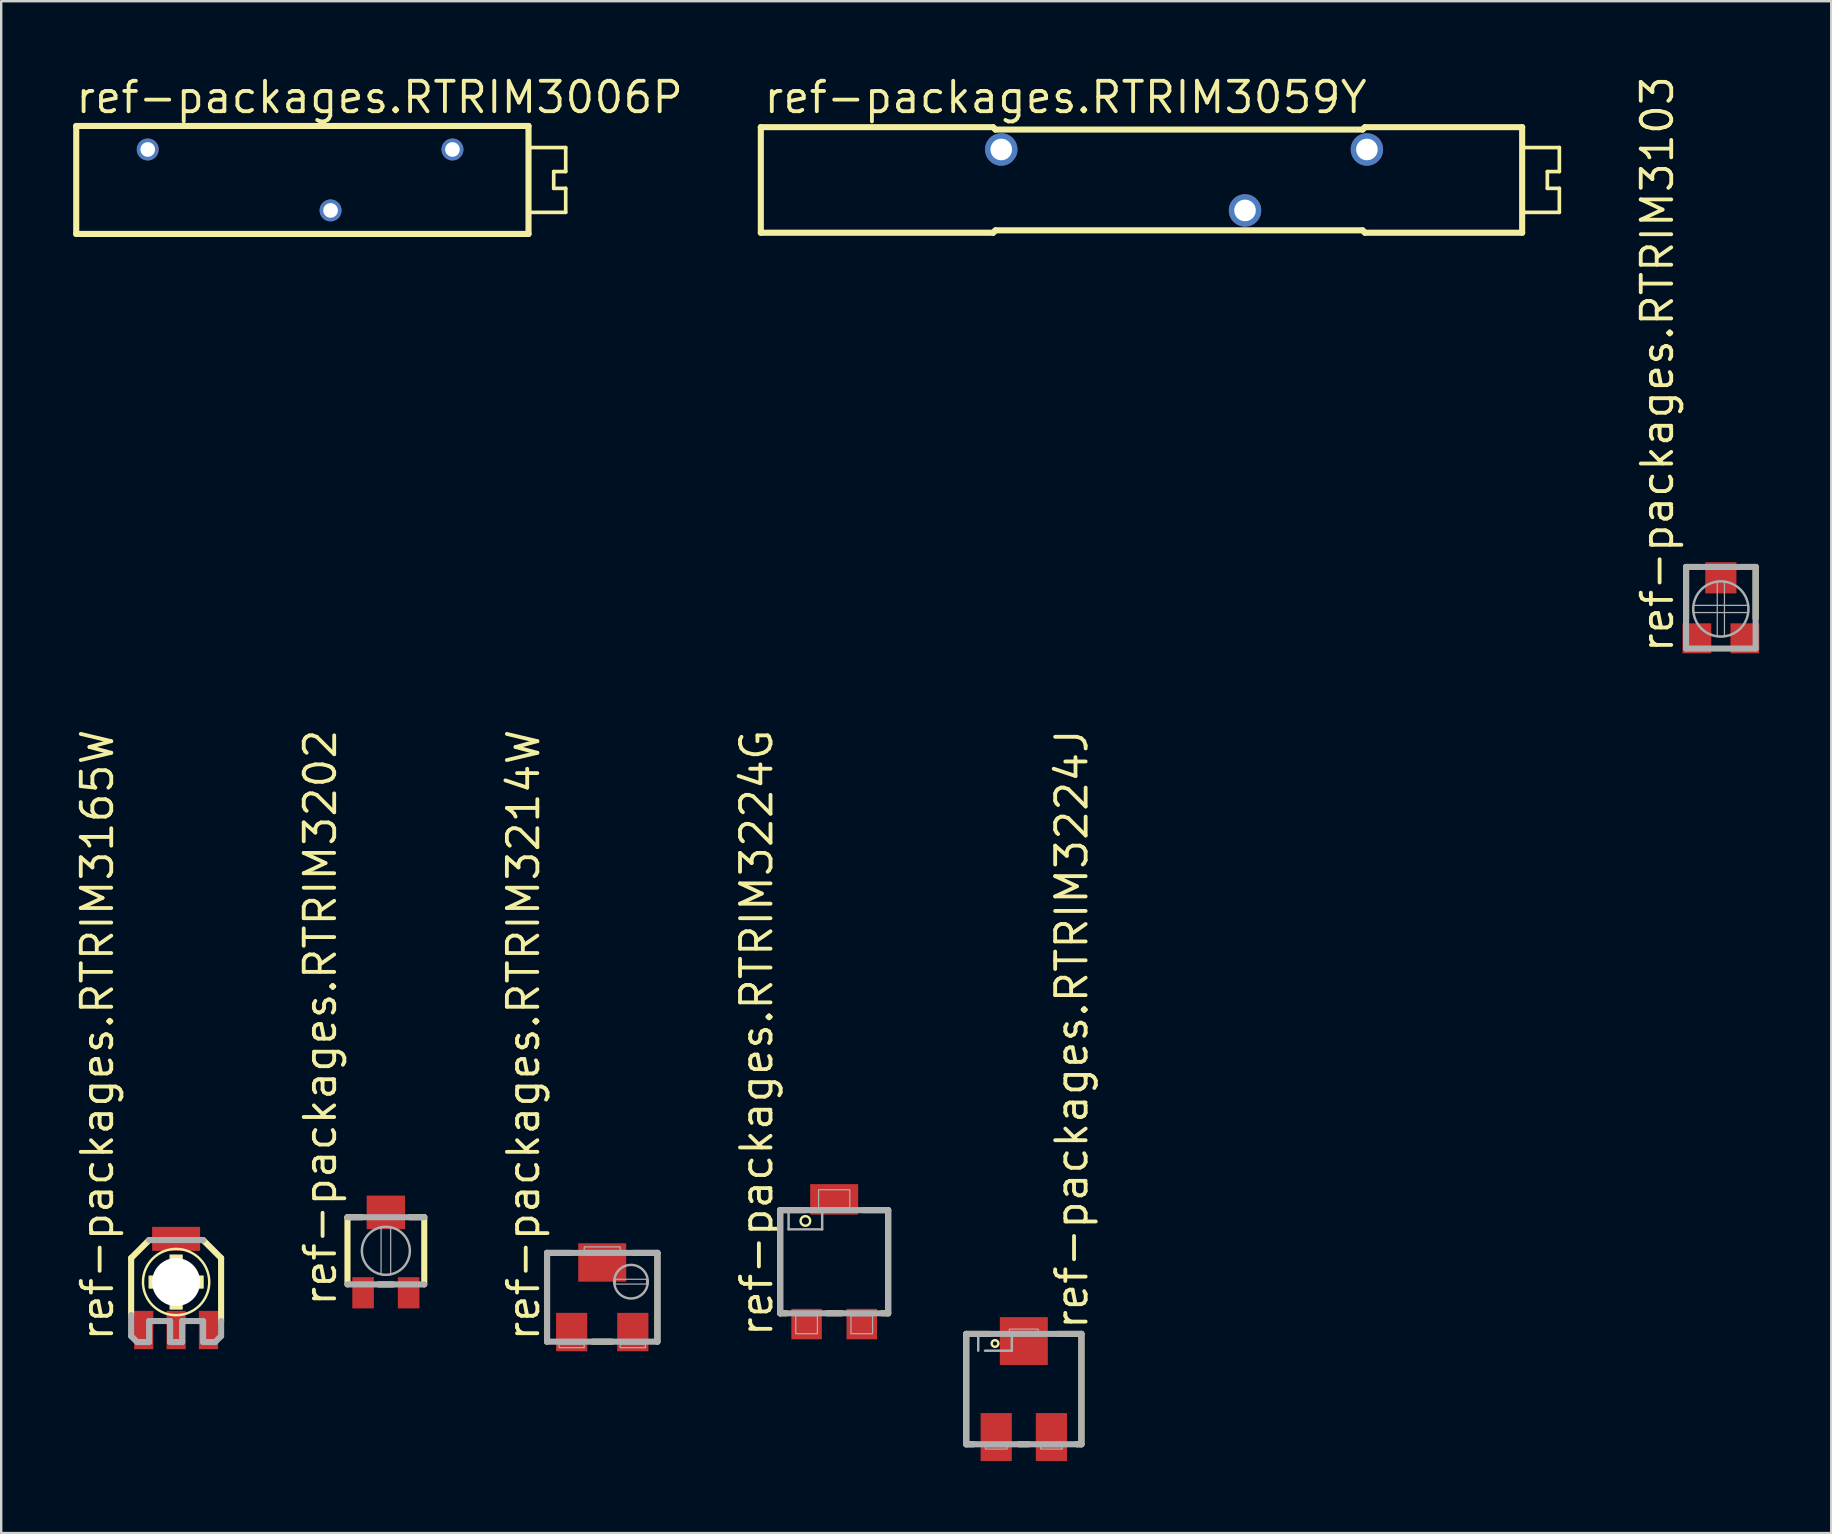
<source format=kicad_pcb>
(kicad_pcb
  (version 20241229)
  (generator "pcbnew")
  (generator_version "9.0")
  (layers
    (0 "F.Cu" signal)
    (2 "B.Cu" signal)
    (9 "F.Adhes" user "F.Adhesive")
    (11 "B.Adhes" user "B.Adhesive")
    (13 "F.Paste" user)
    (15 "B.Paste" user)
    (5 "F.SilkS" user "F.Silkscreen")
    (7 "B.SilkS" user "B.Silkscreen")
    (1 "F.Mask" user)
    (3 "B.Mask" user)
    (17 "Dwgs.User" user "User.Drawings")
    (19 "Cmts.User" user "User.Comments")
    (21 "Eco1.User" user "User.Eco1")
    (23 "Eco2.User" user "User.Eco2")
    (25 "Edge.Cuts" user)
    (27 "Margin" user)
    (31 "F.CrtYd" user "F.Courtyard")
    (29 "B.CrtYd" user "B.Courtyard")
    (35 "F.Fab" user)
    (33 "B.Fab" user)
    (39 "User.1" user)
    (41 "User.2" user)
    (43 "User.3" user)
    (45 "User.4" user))
  (footprint "ref-packages.RTRIM3214W"
    (layer "F.Cu")
    (at 22.049 51.017)
    (property "Reference" "ref-packages.RTRIM3214W" (at -2.54 1.905 90) (layer "F.SilkS") (effects (font (size 1.27 1.27) (thickness 0.16)) (justify left bottom)))
    (attr smd)
    (fp_line (start -2.3 -1.85) (end -1.3 -1.85) (stroke (width 0.254) (type default)) (layer "F.SilkS"))
    (fp_line (start -2.3 1.85) (end -2.3 -1.85) (stroke (width 0.254) (type default)) (layer "F.SilkS"))
    (fp_line (start -0.4 1.85) (end 0.4 1.85) (stroke (width 0.254) (type default)) (layer "F.SilkS"))
    (fp_line (start 2.3 -1.85) (end 1.3 -1.85) (stroke (width 0.254) (type default)) (layer "F.SilkS"))
    (fp_line (start 2.3 1.85) (end 2.3 -1.85) (stroke (width 0.254) (type default)) (layer "F.SilkS"))
    (fp_line (start -2.3 -1.85) (end 2.3 -1.85) (stroke (width 0.254) (type default)) (layer "F.Fab"))
    (fp_line (start -2.3 1.85) (end -2.3 -1.85) (stroke (width 0.254) (type default)) (layer "F.Fab"))
    (fp_line (start 2.3 -1.85) (end 2.3 1.85) (stroke (width 0.254) (type default)) (layer "F.Fab"))
    (fp_line (start 2.3 1.85) (end -2.3 1.85) (stroke (width 0.254) (type default)) (layer "F.Fab"))
    (fp_rect (start -1.8 2.1) (end -0.75 1.95) (stroke (width 0.05) (type default)) (fill no) (layer "F.Fab"))
    (fp_rect (start -0.75 -1.95) (end 0.75 -2.1) (stroke (width 0.05) (type default)) (fill no) (layer "F.Fab"))
    (fp_rect (start 0.55 -0.55) (end 1.85 -0.75) (stroke (width 0.05) (type default)) (fill no) (layer "F.Fab"))
    (fp_rect (start 0.75 2.1) (end 1.8 1.95) (stroke (width 0.05) (type default)) (fill no) (layer "F.Fab"))
    (fp_circle (center 1.2 -0.65) (end 1.9 -0.65) (stroke (width 0.102) (type default)) (fill no) (layer "F.Fab"))
    (pad "1" smd roundrect (at -1.275 1.45) (size 1.3 1.6) (layers "F.Cu" "F.Mask" "F.Paste") (roundrect_rratio 0.01))
    (pad "2" smd roundrect (at 0 -1.45) (size 2 1.6) (layers "F.Cu" "F.Mask" "F.Paste") (roundrect_rratio 0.01))
    (pad "3" smd roundrect (at 1.275 1.45) (size 1.3 1.6) (layers "F.Cu" "F.Mask" "F.Paste") (roundrect_rratio 0.01)))
  (footprint "ref-packages.RTRIM3059Y"
    (layer "F.Cu")
    (at 45.029 4.45)
    (property "Reference" "ref-packages.RTRIM3059Y" (at -16.32 -2.7 0) (layer "F.SilkS") (effects (font (size 1.27 1.27) (thickness 0.16)) (justify left bottom)))
    (attr through_hole)
    (fp_line (start -16.37 -2.2) (end -16.37 2.2) (stroke (width 0.254) (type default)) (layer "F.SilkS"))
    (fp_line (start -16.37 2.2) (end -6.69 2.2) (stroke (width 0.254) (type default)) (layer "F.SilkS"))
    (fp_line (start -6.69 -2.2) (end -16.37 -2.2) (stroke (width 0.254) (type default)) (layer "F.SilkS"))
    (fp_line (start -6.59 -2.1) (end -6.69 -2.2) (stroke (width 0.254) (type default)) (layer "F.SilkS"))
    (fp_line (start -6.59 2.1) (end -6.69 2.2) (stroke (width 0.254) (type default)) (layer "F.SilkS"))
    (fp_line (start 8.71 -2.1) (end -6.59 -2.1) (stroke (width 0.254) (type default)) (layer "F.SilkS"))
    (fp_line (start 8.71 2.1) (end -6.59 2.1) (stroke (width 0.254) (type default)) (layer "F.SilkS"))
    (fp_line (start 8.71 2.1) (end 8.81 2.2) (stroke (width 0.254) (type default)) (layer "F.SilkS"))
    (fp_line (start 8.81 -2.2) (end 8.71 -2.1) (stroke (width 0.254) (type default)) (layer "F.SilkS"))
    (fp_line (start 8.81 2.2) (end 15.36 2.2) (stroke (width 0.254) (type default)) (layer "F.SilkS"))
    (fp_line (start 15.36 -2.2) (end 8.81 -2.2) (stroke (width 0.254) (type default)) (layer "F.SilkS"))
    (fp_line (start 15.36 2.2) (end 15.36 -2.2) (stroke (width 0.254) (type default)) (layer "F.SilkS"))
    (fp_line (start 15.46 -1.35) (end 16.91 -1.35) (stroke (width 0.152) (type default)) (layer "F.SilkS"))
    (fp_line (start 16.41 -0.35) (end 16.41 0.35) (stroke (width 0.152) (type default)) (layer "F.SilkS"))
    (fp_line (start 16.41 0.35) (end 16.91 0.35) (stroke (width 0.152) (type default)) (layer "F.SilkS"))
    (fp_line (start 16.91 -1.35) (end 16.91 -0.35) (stroke (width 0.152) (type default)) (layer "F.SilkS"))
    (fp_line (start 16.91 -0.35) (end 16.41 -0.35) (stroke (width 0.152) (type default)) (layer "F.SilkS"))
    (fp_line (start 16.91 0.35) (end 16.91 1.35) (stroke (width 0.152) (type default)) (layer "F.SilkS"))
    (fp_line (start 16.91 1.35) (end 15.46 1.35) (stroke (width 0.152) (type default)) (layer "F.SilkS"))
    (pad "1" thru_hole circle (at -6.35 -1.27) (size 1.35 1.35) (drill 0.9) (layers "*.Cu" "*.Mask"))
    (pad "2" thru_hole circle (at 3.81 1.27) (size 1.35 1.35) (drill 0.9) (layers "*.Cu" "*.Mask"))
    (pad "3" thru_hole circle (at 8.89 -1.27) (size 1.35 1.35) (drill 0.9) (layers "*.Cu" "*.Mask")))
  (footprint "ref-packages.RTRIM3202"
    (layer "F.Cu")
    (at 13.032 49.08)
    (property "Reference" "ref-packages.RTRIM3202" (at -1.99 2.39 90) (layer "F.SilkS") (effects (font (size 1.27 1.27) (thickness 0.16)) (justify left bottom)))
    (attr smd)
    (fp_line (start -1.6 -1.4) (end -1.6 1.4) (stroke (width 0.254) (type default)) (layer "F.SilkS"))
    (fp_line (start -1.6 -1.4) (end -1 -1.4) (stroke (width 0.254) (type default)) (layer "F.SilkS"))
    (fp_line (start -0.3 1.4) (end 0.3 1.4) (stroke (width 0.254) (type default)) (layer "F.SilkS"))
    (fp_line (start 1 -1.4) (end 1.6 -1.4) (stroke (width 0.254) (type default)) (layer "F.SilkS"))
    (fp_line (start 1.6 1.4) (end 1.6 -1.4) (stroke (width 0.254) (type default)) (layer "F.SilkS"))
    (fp_line (start -1.6 1.4) (end 1.6 1.4) (stroke (width 0.254) (type default)) (layer "F.Fab"))
    (fp_line (start 1.6 -1.4) (end -1.6 -1.4) (stroke (width 0.254) (type default)) (layer "F.Fab"))
    (fp_rect (start -0.2 1) (end 0.2 -1) (stroke (width 0.05) (type default)) (fill no) (layer "F.Fab"))
    (fp_circle (center 0 0) (end 1 0) (stroke (width 0.102) (type default)) (fill no) (layer "F.Fab"))
    (pad "1" smd roundrect (at -0.95 1.75) (size 0.9 1.3) (layers "F.Cu" "F.Mask" "F.Paste") (roundrect_rratio 0.01))
    (pad "2" smd roundrect (at 0 -1.6) (size 1.6 1.4) (layers "F.Cu" "F.Mask" "F.Paste") (roundrect_rratio 0.01))
    (pad "3" smd roundrect (at 0.95 1.75) (size 0.9 1.3) (layers "F.Cu" "F.Mask" "F.Paste") (roundrect_rratio 0.01)))
  (footprint "ref-packages.RTRIM3224G"
    (layer "F.Cu")
    (at 31.716 49.535)
    (property "Reference" "ref-packages.RTRIM3224G" (at -2.49 3.205 90) (layer "F.SilkS") (effects (font (size 1.27 1.27) (thickness 0.16)) (justify left bottom)))
    (attr smd)
    (fp_line (start -2.25 -2.15) (end -2.25 2.15) (stroke (width 0.254) (type default)) (layer "F.SilkS"))
    (fp_line (start -2.25 2.15) (end -2 2.15) (stroke (width 0.254) (type default)) (layer "F.SilkS"))
    (fp_line (start -1.2 -2.15) (end -2.25 -2.15) (stroke (width 0.254) (type default)) (layer "F.SilkS"))
    (fp_line (start -0.3 2.15) (end 0.3 2.15) (stroke (width 0.254) (type default)) (layer "F.SilkS"))
    (fp_line (start 1.2 -2.15) (end 2.25 -2.15) (stroke (width 0.254) (type default)) (layer "F.SilkS"))
    (fp_line (start 2.25 -2.15) (end 2.25 2.15) (stroke (width 0.254) (type default)) (layer "F.SilkS"))
    (fp_line (start 2.25 2.15) (end 2 2.15) (stroke (width 0.254) (type default)) (layer "F.SilkS"))
    (fp_circle (center -1.2 -1.7) (end -1 -1.7) (stroke (width 0.1) (type default)) (fill no) (layer "F.SilkS"))
    (fp_line (start -2.25 -2.15) (end 2.25 -2.15) (stroke (width 0.254) (type default)) (layer "F.Fab"))
    (fp_line (start -2.25 2.15) (end -2.25 -2.15) (stroke (width 0.254) (type default)) (layer "F.Fab"))
    (fp_line (start -1.9 -1.35) (end -1.9 -2.05) (stroke (width 0.102) (type default)) (layer "F.Fab"))
    (fp_line (start -0.5 -2.05) (end -0.5 -1.35) (stroke (width 0.102) (type default)) (layer "F.Fab"))
    (fp_line (start -0.5 -1.35) (end -1.9 -1.35) (stroke (width 0.102) (type default)) (layer "F.Fab"))
    (fp_line (start 2.25 -2.15) (end 2.25 2.15) (stroke (width 0.254) (type default)) (layer "F.Fab"))
    (fp_line (start 2.25 2.15) (end -2.25 2.15) (stroke (width 0.254) (type default)) (layer "F.Fab"))
    (fp_rect (start -1.6 3) (end -0.7 2.25) (stroke (width 0.05) (type default)) (fill no) (layer "F.Fab"))
    (fp_rect (start -0.65 -2.25) (end 0.65 -3) (stroke (width 0.05) (type default)) (fill no) (layer "F.Fab"))
    (fp_rect (start 0.7 3) (end 1.6 2.25) (stroke (width 0.05) (type default)) (fill no) (layer "F.Fab"))
    (pad "1" smd roundrect (at -1.15 2.6) (size 1.27 1.27) (layers "F.Cu" "F.Mask" "F.Paste") (roundrect_rratio 0.01))
    (pad "2" smd roundrect (at 0 -2.6) (size 2 1.27) (layers "F.Cu" "F.Mask" "F.Paste") (roundrect_rratio 0.01))
    (pad "3" smd roundrect (at 1.15 2.6) (size 1.27 1.27) (layers "F.Cu" "F.Mask" "F.Paste") (roundrect_rratio 0.01)))
  (footprint "ref-packages.RTRIM3006P"
    (layer "F.Cu")
    (at 10.727 4.45)
    (property "Reference" "ref-packages.RTRIM3006P" (at -10.7 -2.7 0) (layer "F.SilkS") (effects (font (size 1.27 1.27) (thickness 0.16)) (justify left bottom)))
    (attr through_hole)
    (fp_line (start -10.6 -2.25) (end -10.6 2.25) (stroke (width 0.254) (type default)) (layer "F.SilkS"))
    (fp_line (start -10.6 2.25) (end 8.25 2.25) (stroke (width 0.254) (type default)) (layer "F.SilkS"))
    (fp_line (start 8.25 -2.25) (end -10.6 -2.25) (stroke (width 0.254) (type default)) (layer "F.SilkS"))
    (fp_line (start 8.25 2.25) (end 8.25 -2.25) (stroke (width 0.254) (type default)) (layer "F.SilkS"))
    (fp_line (start 8.35 -1.35) (end 9.8 -1.35) (stroke (width 0.152) (type default)) (layer "F.SilkS"))
    (fp_line (start 9.3 -0.35) (end 9.3 0.35) (stroke (width 0.152) (type default)) (layer "F.SilkS"))
    (fp_line (start 9.3 0.35) (end 9.8 0.35) (stroke (width 0.152) (type default)) (layer "F.SilkS"))
    (fp_line (start 9.8 -1.35) (end 9.8 -0.35) (stroke (width 0.152) (type default)) (layer "F.SilkS"))
    (fp_line (start 9.8 -0.35) (end 9.3 -0.35) (stroke (width 0.152) (type default)) (layer "F.SilkS"))
    (fp_line (start 9.8 0.35) (end 9.8 1.35) (stroke (width 0.152) (type default)) (layer "F.SilkS"))
    (fp_line (start 9.8 1.35) (end 8.35 1.35) (stroke (width 0.152) (type default)) (layer "F.SilkS"))
    (pad "1" thru_hole circle (at -7.62 -1.27) (size 0.914 0.914) (drill 0.61) (layers "*.Cu" "*.Mask"))
    (pad "2" thru_hole circle (at 0 1.27) (size 0.914 0.914) (drill 0.61) (layers "*.Cu" "*.Mask"))
    (pad "3" thru_hole circle (at 5.08 -1.27) (size 0.914 0.914) (drill 0.61) (layers "*.Cu" "*.Mask")))
  (footprint "ref-packages.RTRIM3165W"
    (layer "F.Cu")
    (at 4.29 50.382)
    (property "Reference" "ref-packages.RTRIM3165W" (at -2.54 2.54 90) (layer "F.SilkS") (effects (font (size 1.27 1.27) (thickness 0.16)) (justify left bottom)))
    (attr smd)
    (fp_line (start -1.875 -1) (end -1.875 1.375) (stroke (width 0.254) (type default)) (layer "F.SilkS"))
    (fp_line (start -1.125 -1.75) (end -1.875 -1) (stroke (width 0.254) (type default)) (layer "F.SilkS"))
    (fp_line (start 1.875 -1) (end 1.125 -1.75) (stroke (width 0.254) (type default)) (layer "F.SilkS"))
    (fp_line (start 1.875 1.625) (end 1.875 -1) (stroke (width 0.254) (type default)) (layer "F.SilkS"))
    (fp_rect (start -1.125 0.25) (end 1.125 -0.25) (stroke (width 0.05) (type default)) (fill yes) (layer "F.SilkS"))
    (fp_rect (start -0.25 1.125) (end 0.25 -1.125) (stroke (width 0.05) (type default)) (fill yes) (layer "F.SilkS"))
    (fp_circle (center 0 0) (end 1.381 0) (stroke (width 0.102) (type default)) (fill no) (layer "F.SilkS"))
    (fp_line (start -1.875 1.375) (end -1.875 2.25) (stroke (width 0.254) (type default)) (layer "F.Fab"))
    (fp_line (start -1.875 2.25) (end -1.625 2.5) (stroke (width 0.254) (type default)) (layer "F.Fab"))
    (fp_line (start -1.625 2.5) (end -1.125 2.5) (stroke (width 0.254) (type default)) (layer "F.Fab"))
    (fp_line (start -1.125 1.625) (end -0.25 1.625) (stroke (width 0.254) (type default)) (layer "F.Fab"))
    (fp_line (start -1.125 2.5) (end -1.125 1.625) (stroke (width 0.254) (type default)) (layer "F.Fab"))
    (fp_line (start -0.25 1.625) (end -0.25 2.5) (stroke (width 0.254) (type default)) (layer "F.Fab"))
    (fp_line (start -0.25 2.5) (end 0.25 2.5) (stroke (width 0.254) (type default)) (layer "F.Fab"))
    (fp_line (start 0.25 1.625) (end 1.125 1.625) (stroke (width 0.254) (type default)) (layer "F.Fab"))
    (fp_line (start 0.25 2.5) (end 0.25 1.625) (stroke (width 0.254) (type default)) (layer "F.Fab"))
    (fp_line (start 1.125 -1.75) (end -1.125 -1.75) (stroke (width 0.254) (type default)) (layer "F.Fab"))
    (fp_line (start 1.125 1.625) (end 1.125 2.5) (stroke (width 0.254) (type default)) (layer "F.Fab"))
    (fp_line (start 1.125 2.5) (end 1.625 2.5) (stroke (width 0.254) (type default)) (layer "F.Fab"))
    (fp_line (start 1.625 2.5) (end 1.875 2.25) (stroke (width 0.254) (type default)) (layer "F.Fab"))
    (fp_line (start 1.875 2.25) (end 1.875 1.625) (stroke (width 0.254) (type default)) (layer "F.Fab"))
    (pad "" np_thru_hole circle (at 0 0) (size 2 2) (drill 2) (layers "*.Cu" "*.Mask"))
    (pad "1" smd roundrect (at -1.35 2) (size 0.8 1.6) (layers "F.Cu" "F.Mask" "F.Paste") (roundrect_rratio 0.01))
    (pad "2" smd roundrect (at 0 2) (size 0.8 1.6) (layers "F.Cu" "F.Mask" "F.Paste") (roundrect_rratio 0.01))
    (pad "3" smd roundrect (at 1.35 2) (size 0.8 1.6) (layers "F.Cu" "F.Mask" "F.Paste") (roundrect_rratio 0.01))
    (pad "4" smd roundrect (at 0 -1.8) (size 2 1) (layers "F.Cu" "F.Mask" "F.Paste") (roundrect_rratio 0.01)))
  (footprint "ref-packages.RTRIM3103"
    (layer "F.Cu")
    (at 68.67 22.33)
    (property "Reference" "ref-packages.RTRIM3103" (at -1.905 1.905 90) (layer "F.SilkS") (effects (font (size 1.27 1.27) (thickness 0.16)) (justify left bottom)))
    (attr smd)
    (fp_line (start -1.45 -1.75) (end -0.85 -1.75) (stroke (width 0.254) (type default)) (layer "F.SilkS"))
    (fp_line (start -1.45 0.4) (end -1.45 -1.75) (stroke (width 0.254) (type default)) (layer "F.SilkS"))
    (fp_line (start 1.45 -1.75) (end 0.85 -1.75) (stroke (width 0.254) (type default)) (layer "F.SilkS"))
    (fp_line (start 1.45 0.4) (end 1.45 -1.75) (stroke (width 0.254) (type default)) (layer "F.SilkS"))
    (fp_line (start -1.45 -1.75) (end -1.45 1.65) (stroke (width 0.254) (type default)) (layer "F.Fab"))
    (fp_line (start -1.45 1.65) (end 1.45 1.65) (stroke (width 0.254) (type default)) (layer "F.Fab"))
    (fp_line (start 1.45 -1.75) (end -1.45 -1.75) (stroke (width 0.254) (type default)) (layer "F.Fab"))
    (fp_line (start 1.45 1.65) (end 1.45 -1.75) (stroke (width 0.254) (type default)) (layer "F.Fab"))
    (fp_rect (start -1.15 0.15) (end 1.15 -0.15) (stroke (width 0.05) (type default)) (fill no) (layer "F.Fab"))
    (fp_rect (start -0.15 1.15) (end 0.15 -1.15) (stroke (width 0.05) (type default)) (fill no) (layer "F.Fab"))
    (fp_circle (center 0 0) (end 1.15 0) (stroke (width 0.102) (type default)) (fill no) (layer "F.Fab"))
    (pad "1" smd roundrect (at -1 1.225) (size 1.2 1.25) (layers "F.Cu" "F.Mask" "F.Paste") (roundrect_rratio 0.01))
    (pad "2" smd roundrect (at 0 -1.3) (size 1.3 1.3) (layers "F.Cu" "F.Mask" "F.Paste") (roundrect_rratio 0.01))
    (pad "3" smd roundrect (at 1 1.225) (size 1.2 1.25) (layers "F.Cu" "F.Mask" "F.Paste") (roundrect_rratio 0.01)))
  (footprint "ref-packages.RTRIM3224J"
    (layer "F.Cu")
    (at 39.62 54.843)
    (property "Reference" "ref-packages.RTRIM3224J" (at 2.74 -2.405 270) (layer "F.SilkS") (effects (font (size 1.27 1.27) (thickness 0.16)) (justify left bottom)))
    (attr smd)
    (fp_line (start -2.4 -2.3) (end -1.4 -2.3) (stroke (width 0.254) (type default)) (layer "F.SilkS"))
    (fp_line (start -2.4 2.3) (end -2.4 -2.3) (stroke (width 0.254) (type default)) (layer "F.SilkS"))
    (fp_line (start -2.1 2.3) (end -2.4 2.3) (stroke (width 0.254) (type default)) (layer "F.SilkS"))
    (fp_line (start 0.2 2.3) (end -0.2 2.3) (stroke (width 0.254) (type default)) (layer "F.SilkS"))
    (fp_line (start 1.4 -2.3) (end 2.4 -2.3) (stroke (width 0.254) (type dash)) (layer "F.SilkS"))
    (fp_line (start 2.4 -2.3) (end 2.4 2.3) (stroke (width 0.254) (type default)) (layer "F.SilkS"))
    (fp_line (start 2.4 2.3) (end 2.2 2.3) (stroke (width 0.254) (type default)) (layer "F.SilkS"))
    (fp_circle (center -1.2 -1.9) (end -1.059 -1.9) (stroke (width 0.1) (type default)) (fill no) (layer "F.SilkS"))
    (fp_line (start -2.4 -2.3) (end 2.4 -2.3) (stroke (width 0.254) (type default)) (layer "F.Fab"))
    (fp_line (start -2.4 2.3) (end -2.4 -2.3) (stroke (width 0.254) (type default)) (layer "F.Fab"))
    (fp_line (start -1.9 -1.6) (end -1.9 -2.2) (stroke (width 0.102) (type dash)) (layer "F.Fab"))
    (fp_line (start -0.5 -2.2) (end -0.5 -1.6) (stroke (width 0.102) (type dash)) (layer "F.Fab"))
    (fp_line (start -0.5 -1.6) (end -1.9 -1.6) (stroke (width 0.102) (type dash)) (layer "F.Fab"))
    (fp_line (start 2.4 -2.3) (end 2.4 2.3) (stroke (width 0.254) (type default)) (layer "F.Fab"))
    (fp_line (start 2.4 2.3) (end -2.4 2.3) (stroke (width 0.254) (type default)) (layer "F.Fab"))
    (fp_rect (start -1.6 2.5) (end -0.7 2.4) (stroke (width 0.05) (type default)) (fill no) (layer "F.Fab"))
    (fp_rect (start -0.6 -2.4) (end 0.6 -2.5) (stroke (width 0.05) (type default)) (fill no) (layer "F.Fab"))
    (fp_rect (start 0.7 2.5) (end 1.6 2.4) (stroke (width 0.05) (type default)) (fill no) (layer "F.Fab"))
    (pad "1" smd roundrect (at -1.15 2) (size 1.3 2) (layers "F.Cu" "F.Mask" "F.Paste") (roundrect_rratio 0.01))
    (pad "2" smd roundrect (at 0 -2) (size 2 2) (layers "F.Cu" "F.Mask" "F.Paste") (roundrect_rratio 0.01))
    (pad "3" smd roundrect (at 1.15 2) (size 1.3 2) (layers "F.Cu" "F.Mask" "F.Paste") (roundrect_rratio 0.01)))
  (gr_rect
    (start -3 -3)
    (end 73.27 60.843)
    (stroke (width 0.1) (type default))
    (fill no)
    (layer "Edge.Cuts")))
</source>
